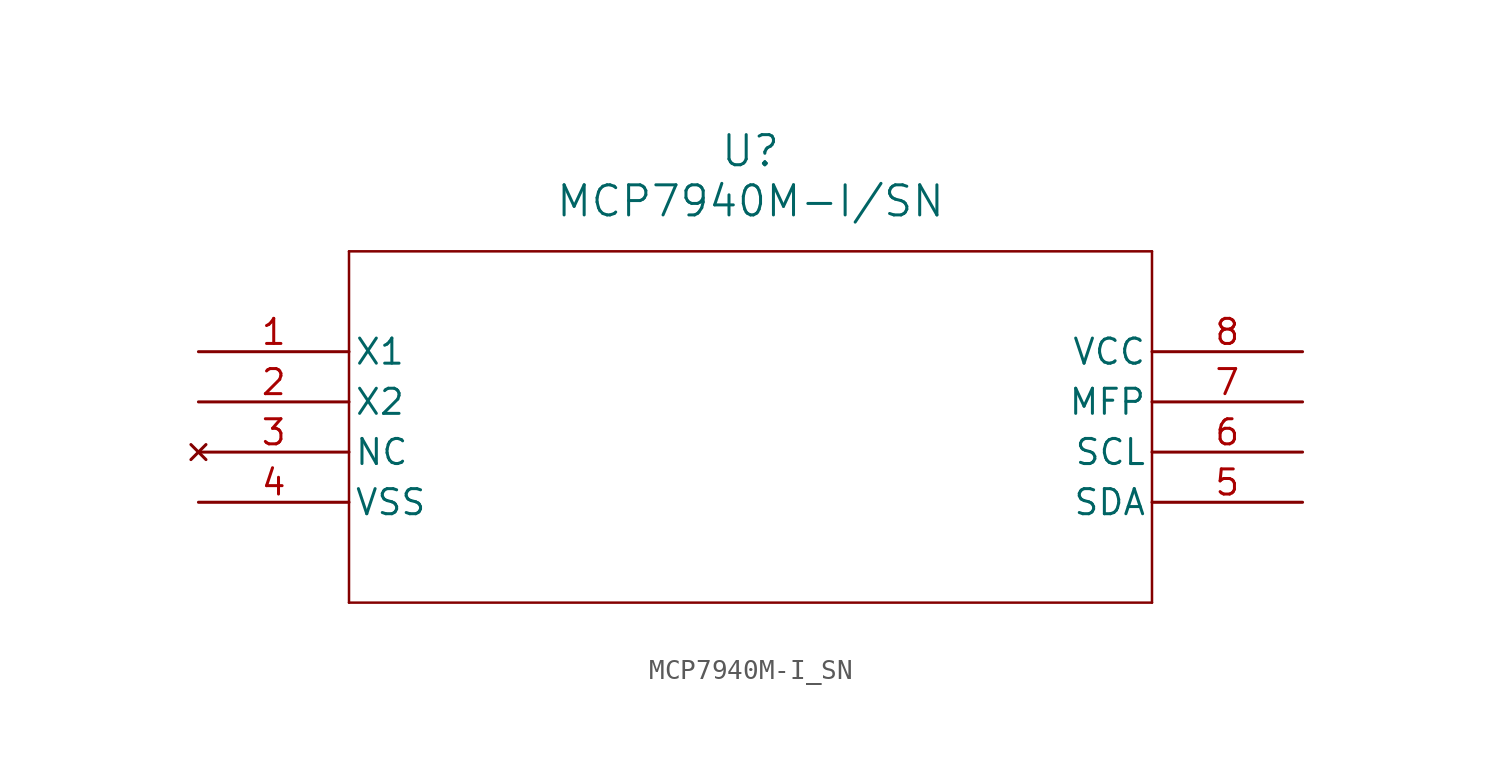
<source format=kicad_sym>
(kicad_symbol_lib
  (version 20211014)
  (generator kicad_symbol_editor)
  (symbol "MCP7940M-I_SN"
    (pin_names
      (offset 0.254))
    (property "Reference" "U"
      (at 27.94 10.16 0)
      (effects (font (size 1.524 1.524))))
    (property "Value" "MCP7940M-I/SN"
      (at 27.94 7.62 0)
      (effects (font (size 1.524 1.524))))
    (symbol "MCP7940M-I_SN_0_1"
      (polyline (pts (xy 7.62 5.08) (xy 7.62 -12.7)) (stroke (width 0.127) (type default) (color 0 0 0 0)) (fill (type none)))
      (polyline (pts (xy 7.62 -12.7) (xy 48.26 -12.7)) (stroke (width 0.127) (type default) (color 0 0 0 0)) (fill (type none)))
      (polyline (pts (xy 48.26 -12.7) (xy 48.26 5.08)) (stroke (width 0.127) (type default) (color 0 0 0 0)) (fill (type none)))
      (polyline (pts (xy 48.26 5.08) (xy 7.62 5.08)) (stroke (width 0.127) (type default) (color 0 0 0 0)) (fill (type none)))
      (pin input line (at 0 0 0) (length 7.62) (name "X1" (effects (font (size 1.27 1.27)))) (number "1" (effects (font (size 1.27 1.27)))))
      (pin output line (at 0 -2.54 0) (length 7.62) (name "X2" (effects (font (size 1.27 1.27)))) (number "2" (effects (font (size 1.27 1.27)))))
      (pin no_connect line (at 0 -5.08 0) (length 7.62) (name "NC" (effects (font (size 1.27 1.27)))) (number "3" (effects (font (size 1.27 1.27)))))
      (pin power_in line (at 0 -7.62 0) (length 7.62) (name "VSS" (effects (font (size 1.27 1.27)))) (number "4" (effects (font (size 1.27 1.27)))))
      (pin bidirectional line (at 55.88 -7.62 180) (length 7.62) (name "SDA" (effects (font (size 1.27 1.27)))) (number "5" (effects (font (size 1.27 1.27)))))
      (pin unspecified line (at 55.88 -5.08 180) (length 7.62) (name "SCL" (effects (font (size 1.27 1.27)))) (number "6" (effects (font (size 1.27 1.27)))))
      (pin unspecified line (at 55.88 -2.54 180) (length 7.62) (name "MFP" (effects (font (size 1.27 1.27)))) (number "7" (effects (font (size 1.27 1.27)))))
      (pin power_in line (at 55.88 0 180) (length 7.62) (name "VCC" (effects (font (size 1.27 1.27)))) (number "8" (effects (font (size 1.27 1.27))))))))
</source>
